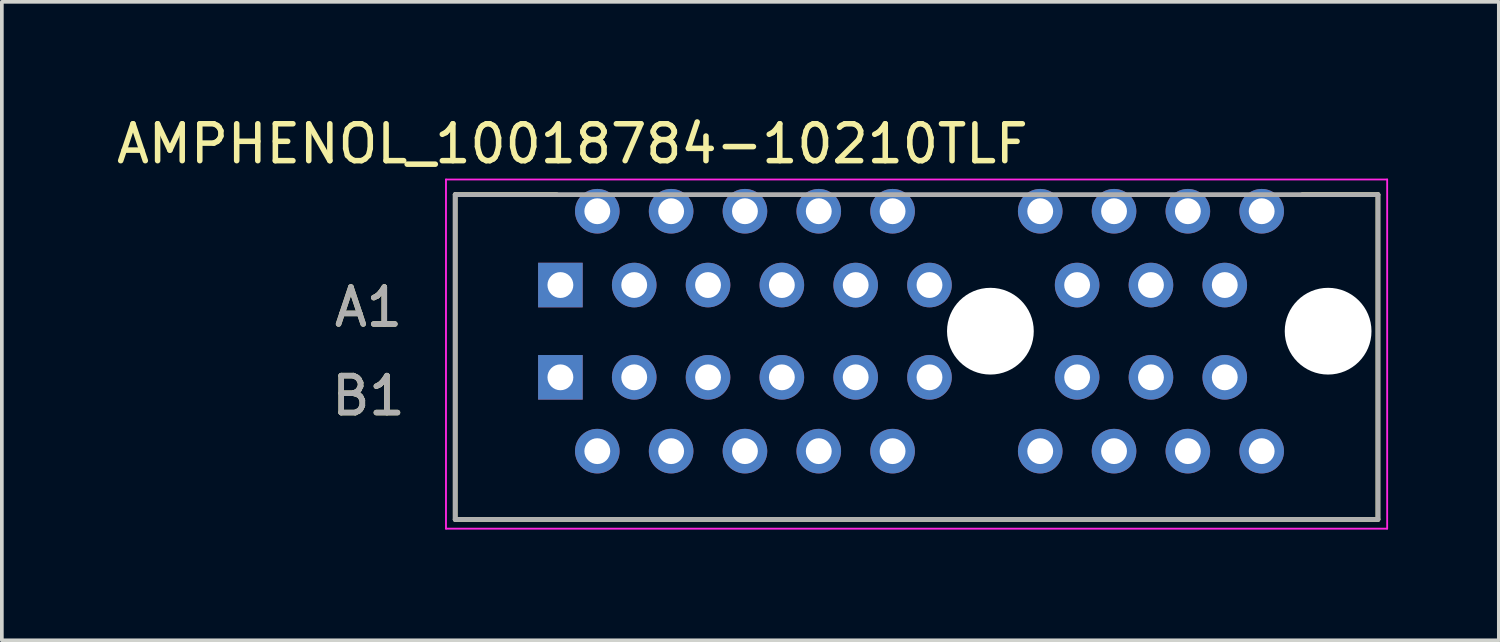
<source format=kicad_pcb>
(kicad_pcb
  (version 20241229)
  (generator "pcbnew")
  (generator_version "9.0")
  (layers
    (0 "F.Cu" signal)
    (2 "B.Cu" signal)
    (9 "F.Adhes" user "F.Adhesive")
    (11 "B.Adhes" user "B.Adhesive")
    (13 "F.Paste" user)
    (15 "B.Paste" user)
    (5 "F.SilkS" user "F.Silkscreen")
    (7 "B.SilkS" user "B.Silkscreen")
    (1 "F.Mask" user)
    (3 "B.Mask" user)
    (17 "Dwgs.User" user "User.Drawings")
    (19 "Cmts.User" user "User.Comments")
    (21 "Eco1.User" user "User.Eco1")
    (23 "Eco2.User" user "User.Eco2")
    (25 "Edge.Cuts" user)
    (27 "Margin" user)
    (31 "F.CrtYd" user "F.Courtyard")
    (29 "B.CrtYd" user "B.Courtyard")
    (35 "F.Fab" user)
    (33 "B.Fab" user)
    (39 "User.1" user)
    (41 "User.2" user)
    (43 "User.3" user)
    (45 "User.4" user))
  (footprint "AMPHENOL_10018784-10210TLF"
    (layer "F.Cu")
    (at 23.783 5.923)
    (property "Reference" "AMPHENOL_10018784-10210TLF" (at -11.325 -5.075 0) (layer "F.SilkS") (effects (font (size 1 1) (thickness 0.15))))
    (attr through_hole)
    (fp_line (start -14.5 -3.7) (end -11.75 -3.7) (stroke (width 0.127) (type solid)) (layer "F.SilkS"))
    (fp_line (start -14.5 5.1) (end -14.5 -3.7) (stroke (width 0.127) (type solid)) (layer "F.SilkS"))
    (fp_line (start 10.5 -3.7) (end 8.45 -3.7) (stroke (width 0.127) (type solid)) (layer "F.SilkS"))
    (fp_line (start 10.5 -3.7) (end 10.5 5.1) (stroke (width 0.127) (type solid)) (layer "F.SilkS"))
    (fp_line (start 10.5 5.1) (end -14.5 5.1) (stroke (width 0.127) (type solid)) (layer "F.SilkS"))
    (fp_line (start -14.75 -4.11) (end 10.75 -4.11) (stroke (width 0.05) (type solid)) (layer "F.CrtYd"))
    (fp_line (start -14.75 5.35) (end -14.75 -4.11) (stroke (width 0.05) (type solid)) (layer "F.CrtYd"))
    (fp_line (start 10.75 -4.11) (end 10.75 5.35) (stroke (width 0.05) (type solid)) (layer "F.CrtYd"))
    (fp_line (start 10.75 5.35) (end -14.75 5.35) (stroke (width 0.05) (type solid)) (layer "F.CrtYd"))
    (fp_line (start -14.5 -3.7) (end 10.5 -3.7) (stroke (width 0.127) (type solid)) (layer "F.Fab"))
    (fp_line (start -14.5 5.1) (end -14.5 -3.7) (stroke (width 0.127) (type solid)) (layer "F.Fab"))
    (fp_line (start 10.5 -3.7) (end 10.5 5.1) (stroke (width 0.127) (type solid)) (layer "F.Fab"))
    (fp_line (start 10.5 5.1) (end -14.5 5.1) (stroke (width 0.127) (type solid)) (layer "F.Fab"))
    (fp_text user "A1" (at -16.85 -0.65 0) (layer "F.SilkS") (effects (font (size 1 1) (thickness 0.15))))
    (fp_text user "B1" (at -16.85 1.75 0) (layer "F.SilkS") (effects (font (size 1 1) (thickness 0.15))))
    (fp_text user "A1" (at -16.85 -0.65 0) (layer "F.Fab") (effects (font (size 1 1) (thickness 0.15))))
    (fp_text user "B1" (at -16.85 1.75 0) (layer "F.Fab") (effects (font (size 1 1) (thickness 0.15))))
    (pad "" np_thru_hole circle (at 0 0) (size 2.35 2.35) (drill 2.35) (layers "*.Cu" "*.Mask"))
    (pad "" np_thru_hole circle (at 9.15 0) (size 2.35 2.35) (drill 2.35) (layers "*.Cu" "*.Mask"))
    (pad "A1" thru_hole rect (at -11.65 -1.25) (size 1.208 1.208) (drill 0.7) (layers "*.Cu" "*.Mask"))
    (pad "A2" thru_hole circle (at -10.65 -3.25) (size 1.208 1.208) (drill 0.7) (layers "*.Cu" "*.Mask"))
    (pad "A3" thru_hole circle (at -9.65 -1.25) (size 1.208 1.208) (drill 0.7) (layers "*.Cu" "*.Mask"))
    (pad "A4" thru_hole circle (at -8.65 -3.25) (size 1.208 1.208) (drill 0.7) (layers "*.Cu" "*.Mask"))
    (pad "A5" thru_hole circle (at -7.65 -1.25) (size 1.208 1.208) (drill 0.7) (layers "*.Cu" "*.Mask"))
    (pad "A6" thru_hole circle (at -6.65 -3.25) (size 1.208 1.208) (drill 0.7) (layers "*.Cu" "*.Mask"))
    (pad "A7" thru_hole circle (at -5.65 -1.25) (size 1.208 1.208) (drill 0.7) (layers "*.Cu" "*.Mask"))
    (pad "A8" thru_hole circle (at -4.65 -3.25) (size 1.208 1.208) (drill 0.7) (layers "*.Cu" "*.Mask"))
    (pad "A9" thru_hole circle (at -3.65 -1.25) (size 1.208 1.208) (drill 0.7) (layers "*.Cu" "*.Mask"))
    (pad "A10" thru_hole circle (at -2.65 -3.25) (size 1.208 1.208) (drill 0.7) (layers "*.Cu" "*.Mask"))
    (pad "A11" thru_hole circle (at -1.65 -1.25) (size 1.208 1.208) (drill 0.7) (layers "*.Cu" "*.Mask"))
    (pad "A12" thru_hole circle (at 1.35 -3.25) (size 1.208 1.208) (drill 0.7) (layers "*.Cu" "*.Mask"))
    (pad "A13" thru_hole circle (at 2.35 -1.25) (size 1.208 1.208) (drill 0.7) (layers "*.Cu" "*.Mask"))
    (pad "A14" thru_hole circle (at 3.35 -3.25) (size 1.208 1.208) (drill 0.7) (layers "*.Cu" "*.Mask"))
    (pad "A15" thru_hole circle (at 4.35 -1.25) (size 1.208 1.208) (drill 0.7) (layers "*.Cu" "*.Mask"))
    (pad "A16" thru_hole circle (at 5.35 -3.25) (size 1.208 1.208) (drill 0.7) (layers "*.Cu" "*.Mask"))
    (pad "A17" thru_hole circle (at 6.35 -1.25) (size 1.208 1.208) (drill 0.7) (layers "*.Cu" "*.Mask"))
    (pad "A18" thru_hole circle (at 7.35 -3.25) (size 1.208 1.208) (drill 0.7) (layers "*.Cu" "*.Mask"))
    (pad "B1" thru_hole rect (at -11.65 1.25) (size 1.208 1.208) (drill 0.7) (layers "*.Cu" "*.Mask"))
    (pad "B2" thru_hole circle (at -10.65 3.25) (size 1.208 1.208) (drill 0.7) (layers "*.Cu" "*.Mask"))
    (pad "B3" thru_hole circle (at -9.65 1.25) (size 1.208 1.208) (drill 0.7) (layers "*.Cu" "*.Mask"))
    (pad "B4" thru_hole circle (at -8.65 3.25) (size 1.208 1.208) (drill 0.7) (layers "*.Cu" "*.Mask"))
    (pad "B5" thru_hole circle (at -7.65 1.25) (size 1.208 1.208) (drill 0.7) (layers "*.Cu" "*.Mask"))
    (pad "B6" thru_hole circle (at -6.65 3.25) (size 1.208 1.208) (drill 0.7) (layers "*.Cu" "*.Mask"))
    (pad "B7" thru_hole circle (at -5.65 1.25) (size 1.208 1.208) (drill 0.7) (layers "*.Cu" "*.Mask"))
    (pad "B8" thru_hole circle (at -4.65 3.25) (size 1.208 1.208) (drill 0.7) (layers "*.Cu" "*.Mask"))
    (pad "B9" thru_hole circle (at -3.65 1.25) (size 1.208 1.208) (drill 0.7) (layers "*.Cu" "*.Mask"))
    (pad "B10" thru_hole circle (at -2.65 3.25) (size 1.208 1.208) (drill 0.7) (layers "*.Cu" "*.Mask"))
    (pad "B11" thru_hole circle (at -1.65 1.25) (size 1.208 1.208) (drill 0.7) (layers "*.Cu" "*.Mask"))
    (pad "B12" thru_hole circle (at 1.35 3.25) (size 1.208 1.208) (drill 0.7) (layers "*.Cu" "*.Mask"))
    (pad "B13" thru_hole circle (at 2.35 1.25) (size 1.208 1.208) (drill 0.7) (layers "*.Cu" "*.Mask"))
    (pad "B14" thru_hole circle (at 3.35 3.25) (size 1.208 1.208) (drill 0.7) (layers "*.Cu" "*.Mask"))
    (pad "B15" thru_hole circle (at 4.35 1.25) (size 1.208 1.208) (drill 0.7) (layers "*.Cu" "*.Mask"))
    (pad "B16" thru_hole circle (at 5.35 3.25) (size 1.208 1.208) (drill 0.7) (layers "*.Cu" "*.Mask"))
    (pad "B17" thru_hole circle (at 6.35 1.25) (size 1.208 1.208) (drill 0.7) (layers "*.Cu" "*.Mask"))
    (pad "B18" thru_hole circle (at 7.35 3.25) (size 1.208 1.208) (drill 0.7) (layers "*.Cu" "*.Mask")))
  (gr_rect
    (start -3 -3)
    (end 37.558 14.298)
    (stroke (width 0.1) (type default))
    (fill no)
    (layer "Edge.Cuts")))
</source>
